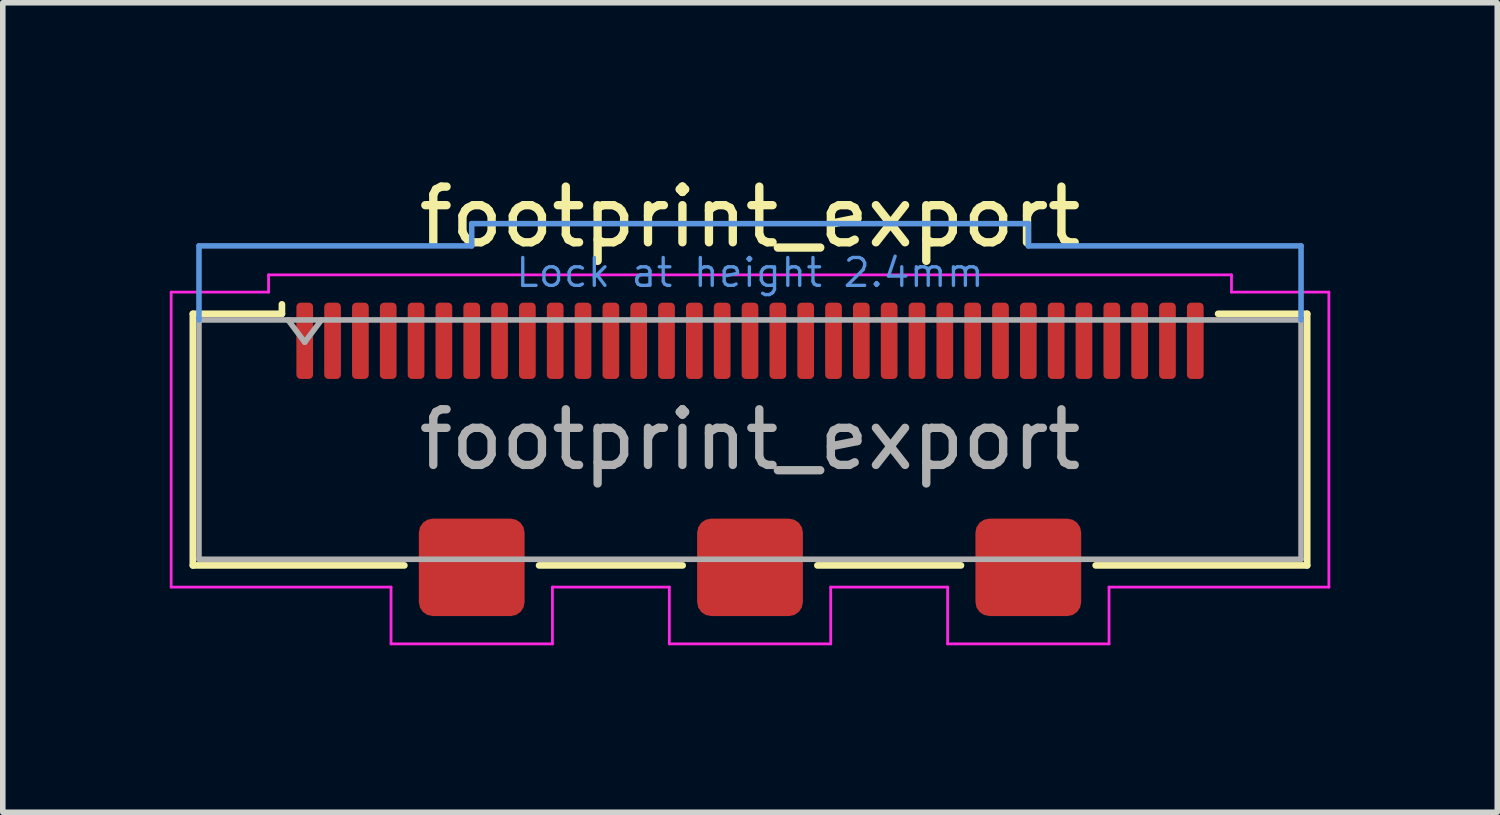
<source format=kicad_pcb>
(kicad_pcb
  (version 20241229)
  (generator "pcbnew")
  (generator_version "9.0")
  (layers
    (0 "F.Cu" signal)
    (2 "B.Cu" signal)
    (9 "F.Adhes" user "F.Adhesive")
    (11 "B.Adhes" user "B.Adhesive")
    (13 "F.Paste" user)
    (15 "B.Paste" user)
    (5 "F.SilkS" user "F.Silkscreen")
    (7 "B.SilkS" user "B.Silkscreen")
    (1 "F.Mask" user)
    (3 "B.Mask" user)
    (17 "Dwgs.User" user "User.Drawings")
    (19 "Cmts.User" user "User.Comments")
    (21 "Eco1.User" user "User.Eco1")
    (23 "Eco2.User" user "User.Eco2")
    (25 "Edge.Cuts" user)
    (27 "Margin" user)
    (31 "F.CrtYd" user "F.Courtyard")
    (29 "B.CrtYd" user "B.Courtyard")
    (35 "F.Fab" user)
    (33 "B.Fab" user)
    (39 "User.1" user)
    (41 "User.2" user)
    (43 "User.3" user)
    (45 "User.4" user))
  (footprint "footprint_export"
    (layer "F.Cu")
    (at 10.425 4.118)
    (property "Reference" "footprint_export" (at 0 -3.27 0) (layer "F.SilkS") (effects (font (size 1 1) (thickness 0.15))))
    (attr smd)
    (fp_line (start -10.01 2.99) (end -10.01 -1.53) (stroke (width 0.12) (type solid)) (layer "F.SilkS"))
    (fp_line (start -8.41 -1.53) (end -10.01 -1.53) (stroke (width 0.12) (type solid)) (layer "F.SilkS"))
    (fp_line (start -8.41 -1.53) (end -8.41 -1.7) (stroke (width 0.12) (type solid)) (layer "F.SilkS"))
    (fp_line (start -6.21 2.99) (end -10.01 2.99) (stroke (width 0.12) (type solid)) (layer "F.SilkS"))
    (fp_line (start -3.79 2.99) (end -1.21 2.99) (stroke (width 0.12) (type solid)) (layer "F.SilkS"))
    (fp_line (start 1.21 2.99) (end 3.79 2.99) (stroke (width 0.12) (type solid)) (layer "F.SilkS"))
    (fp_line (start 6.21 2.99) (end 10.01 2.99) (stroke (width 0.12) (type solid)) (layer "F.SilkS"))
    (fp_line (start 8.41 -1.53) (end 10.01 -1.53) (stroke (width 0.12) (type solid)) (layer "F.SilkS"))
    (fp_line (start 10.01 2.99) (end 10.01 -1.53) (stroke (width 0.12) (type solid)) (layer "F.SilkS"))
    (fp_line (start -9.9 -2.75) (end -9.9 -1.42) (stroke (width 0.1) (type solid)) (layer "Cmts.User"))
    (fp_line (start -5 -3.15) (end -5 -2.75) (stroke (width 0.1) (type solid)) (layer "Cmts.User"))
    (fp_line (start -5 -3.15) (end 5 -3.15) (stroke (width 0.1) (type solid)) (layer "Cmts.User"))
    (fp_line (start -5 -2.75) (end -9.9 -2.75) (stroke (width 0.1) (type solid)) (layer "Cmts.User"))
    (fp_line (start 5 -3.15) (end 5 -2.75) (stroke (width 0.1) (type solid)) (layer "Cmts.User"))
    (fp_line (start 5 -2.75) (end 9.9 -2.75) (stroke (width 0.1) (type solid)) (layer "Cmts.User"))
    (fp_line (start 9.9 -2.75) (end 9.9 -1.42) (stroke (width 0.1) (type solid)) (layer "Cmts.User"))
    (fp_line (start -10.4 -1.92) (end -8.65 -1.92) (stroke (width 0.05) (type solid)) (layer "F.CrtYd"))
    (fp_line (start -10.4 3.38) (end -10.4 -1.92) (stroke (width 0.05) (type solid)) (layer "F.CrtYd"))
    (fp_line (start -8.65 -1.92) (end -8.65 -2.23) (stroke (width 0.05) (type solid)) (layer "F.CrtYd"))
    (fp_line (start -6.45 3.38) (end -10.4 3.38) (stroke (width 0.05) (type solid)) (layer "F.CrtYd"))
    (fp_line (start -6.45 3.38) (end -6.45 4.4) (stroke (width 0.05) (type solid)) (layer "F.CrtYd"))
    (fp_line (start -3.55 3.38) (end -3.55 4.4) (stroke (width 0.05) (type solid)) (layer "F.CrtYd"))
    (fp_line (start -3.55 4.4) (end -6.45 4.4) (stroke (width 0.05) (type solid)) (layer "F.CrtYd"))
    (fp_line (start -1.45 3.38) (end -3.55 3.38) (stroke (width 0.05) (type solid)) (layer "F.CrtYd"))
    (fp_line (start -1.45 3.38) (end -1.45 4.4) (stroke (width 0.05) (type solid)) (layer "F.CrtYd"))
    (fp_line (start -1.45 4.4) (end 1.45 4.4) (stroke (width 0.05) (type solid)) (layer "F.CrtYd"))
    (fp_line (start 1.45 3.38) (end 1.45 4.4) (stroke (width 0.05) (type solid)) (layer "F.CrtYd"))
    (fp_line (start 3.55 3.38) (end 1.45 3.38) (stroke (width 0.05) (type solid)) (layer "F.CrtYd"))
    (fp_line (start 3.55 3.38) (end 3.55 4.4) (stroke (width 0.05) (type solid)) (layer "F.CrtYd"))
    (fp_line (start 3.55 4.4) (end 6.45 4.4) (stroke (width 0.05) (type solid)) (layer "F.CrtYd"))
    (fp_line (start 6.45 3.38) (end 6.45 4.4) (stroke (width 0.05) (type solid)) (layer "F.CrtYd"))
    (fp_line (start 6.45 3.38) (end 10.4 3.38) (stroke (width 0.05) (type solid)) (layer "F.CrtYd"))
    (fp_line (start 8.65 -2.23) (end -8.65 -2.23) (stroke (width 0.05) (type solid)) (layer "F.CrtYd"))
    (fp_line (start 8.65 -1.92) (end 8.65 -2.23) (stroke (width 0.05) (type solid)) (layer "F.CrtYd"))
    (fp_line (start 10.4 -1.92) (end 8.65 -1.92) (stroke (width 0.05) (type solid)) (layer "F.CrtYd"))
    (fp_line (start 10.4 3.38) (end 10.4 -1.92) (stroke (width 0.05) (type solid)) (layer "F.CrtYd"))
    (fp_line (start -9.9 -1.42) (end -9.9 2.88) (stroke (width 0.1) (type solid)) (layer "F.Fab"))
    (fp_line (start -9.9 -1.42) (end 9.9 -1.42) (stroke (width 0.1) (type solid)) (layer "F.Fab"))
    (fp_line (start -9.9 2.88) (end 9.9 2.88) (stroke (width 0.1) (type solid)) (layer "F.Fab"))
    (fp_line (start -8.3 -1.42) (end -8 -1.02) (stroke (width 0.1) (type solid)) (layer "F.Fab"))
    (fp_line (start -8 -1.02) (end -7.7 -1.42) (stroke (width 0.1) (type solid)) (layer "F.Fab"))
    (fp_line (start 9.9 -1.42) (end 9.9 2.88) (stroke (width 0.1) (type solid)) (layer "F.Fab"))
    (fp_text user "Lock at height 2.4mm" (at 0 -2.27 0) (layer "Cmts.User") (effects (font (size 0.5 0.5) (thickness 0.06))))
    (fp_text user "${REFERENCE}" (at 0 0.73 0) (layer "F.Fab") (effects (font (size 1 1) (thickness 0.15))))
    (pad "1" smd roundrect (at -8 -1.045) (size 0.3 1.37) (layers "F.Cu" "F.Mask" "F.Paste") (roundrect_rratio 0.25))
    (pad "2" smd roundrect (at -7.5 -1.045) (size 0.3 1.37) (layers "F.Cu" "F.Mask" "F.Paste") (roundrect_rratio 0.25))
    (pad "3" smd roundrect (at -7 -1.045) (size 0.3 1.37) (layers "F.Cu" "F.Mask" "F.Paste") (roundrect_rratio 0.25))
    (pad "4" smd roundrect (at -6.5 -1.045) (size 0.3 1.37) (layers "F.Cu" "F.Mask" "F.Paste") (roundrect_rratio 0.25))
    (pad "5" smd roundrect (at -6 -1.045) (size 0.3 1.37) (layers "F.Cu" "F.Mask" "F.Paste") (roundrect_rratio 0.25))
    (pad "6" smd roundrect (at -5.5 -1.045) (size 0.3 1.37) (layers "F.Cu" "F.Mask" "F.Paste") (roundrect_rratio 0.25))
    (pad "7" smd roundrect (at -5 -1.045) (size 0.3 1.37) (layers "F.Cu" "F.Mask" "F.Paste") (roundrect_rratio 0.25))
    (pad "8" smd roundrect (at -4.5 -1.045) (size 0.3 1.37) (layers "F.Cu" "F.Mask" "F.Paste") (roundrect_rratio 0.25))
    (pad "9" smd roundrect (at -4 -1.045) (size 0.3 1.37) (layers "F.Cu" "F.Mask" "F.Paste") (roundrect_rratio 0.25))
    (pad "10" smd roundrect (at -3.5 -1.045) (size 0.3 1.37) (layers "F.Cu" "F.Mask" "F.Paste") (roundrect_rratio 0.25))
    (pad "11" smd roundrect (at -3 -1.045) (size 0.3 1.37) (layers "F.Cu" "F.Mask" "F.Paste") (roundrect_rratio 0.25))
    (pad "12" smd roundrect (at -2.5 -1.045) (size 0.3 1.37) (layers "F.Cu" "F.Mask" "F.Paste") (roundrect_rratio 0.25))
    (pad "13" smd roundrect (at -2 -1.045) (size 0.3 1.37) (layers "F.Cu" "F.Mask" "F.Paste") (roundrect_rratio 0.25))
    (pad "14" smd roundrect (at -1.5 -1.045) (size 0.3 1.37) (layers "F.Cu" "F.Mask" "F.Paste") (roundrect_rratio 0.25))
    (pad "15" smd roundrect (at -1 -1.045) (size 0.3 1.37) (layers "F.Cu" "F.Mask" "F.Paste") (roundrect_rratio 0.25))
    (pad "16" smd roundrect (at -0.5 -1.045) (size 0.3 1.37) (layers "F.Cu" "F.Mask" "F.Paste") (roundrect_rratio 0.25))
    (pad "17" smd roundrect (at 0 -1.045) (size 0.3 1.37) (layers "F.Cu" "F.Mask" "F.Paste") (roundrect_rratio 0.25))
    (pad "18" smd roundrect (at 0.5 -1.045) (size 0.3 1.37) (layers "F.Cu" "F.Mask" "F.Paste") (roundrect_rratio 0.25))
    (pad "19" smd roundrect (at 1 -1.045) (size 0.3 1.37) (layers "F.Cu" "F.Mask" "F.Paste") (roundrect_rratio 0.25))
    (pad "20" smd roundrect (at 1.5 -1.045) (size 0.3 1.37) (layers "F.Cu" "F.Mask" "F.Paste") (roundrect_rratio 0.25))
    (pad "21" smd roundrect (at 2 -1.045) (size 0.3 1.37) (layers "F.Cu" "F.Mask" "F.Paste") (roundrect_rratio 0.25))
    (pad "22" smd roundrect (at 2.5 -1.045) (size 0.3 1.37) (layers "F.Cu" "F.Mask" "F.Paste") (roundrect_rratio 0.25))
    (pad "23" smd roundrect (at 3 -1.045) (size 0.3 1.37) (layers "F.Cu" "F.Mask" "F.Paste") (roundrect_rratio 0.25))
    (pad "24" smd roundrect (at 3.5 -1.045) (size 0.3 1.37) (layers "F.Cu" "F.Mask" "F.Paste") (roundrect_rratio 0.25))
    (pad "25" smd roundrect (at 4 -1.045) (size 0.3 1.37) (layers "F.Cu" "F.Mask" "F.Paste") (roundrect_rratio 0.25))
    (pad "26" smd roundrect (at 4.5 -1.045) (size 0.3 1.37) (layers "F.Cu" "F.Mask" "F.Paste") (roundrect_rratio 0.25))
    (pad "27" smd roundrect (at 5 -1.045) (size 0.3 1.37) (layers "F.Cu" "F.Mask" "F.Paste") (roundrect_rratio 0.25))
    (pad "28" smd roundrect (at 5.5 -1.045) (size 0.3 1.37) (layers "F.Cu" "F.Mask" "F.Paste") (roundrect_rratio 0.25))
    (pad "29" smd roundrect (at 6 -1.045) (size 0.3 1.37) (layers "F.Cu" "F.Mask" "F.Paste") (roundrect_rratio 0.25))
    (pad "30" smd roundrect (at 6.5 -1.045) (size 0.3 1.37) (layers "F.Cu" "F.Mask" "F.Paste") (roundrect_rratio 0.25))
    (pad "31" smd roundrect (at 7 -1.045) (size 0.3 1.37) (layers "F.Cu" "F.Mask" "F.Paste") (roundrect_rratio 0.25))
    (pad "32" smd roundrect (at 7.5 -1.045) (size 0.3 1.37) (layers "F.Cu" "F.Mask" "F.Paste") (roundrect_rratio 0.25))
    (pad "33" smd roundrect (at 8 -1.045) (size 0.3 1.37) (layers "F.Cu" "F.Mask" "F.Paste") (roundrect_rratio 0.25))
    (pad "SH" smd roundrect (at -5 3.025) (size 1.9 1.75) (layers "F.Cu" "F.Mask" "F.Paste") (roundrect_rratio 0.143))
    (pad "SH" smd roundrect (at 0 3.025) (size 1.9 1.75) (layers "F.Cu" "F.Mask" "F.Paste") (roundrect_rratio 0.143))
    (pad "SH" smd roundrect (at 5 3.025) (size 1.9 1.75) (layers "F.Cu" "F.Mask" "F.Paste") (roundrect_rratio 0.143)))
  (gr_rect
    (start -3 -3)
    (end 23.85 11.543)
    (stroke (width 0.1) (type default))
    (fill no)
    (layer "Edge.Cuts")))
</source>
